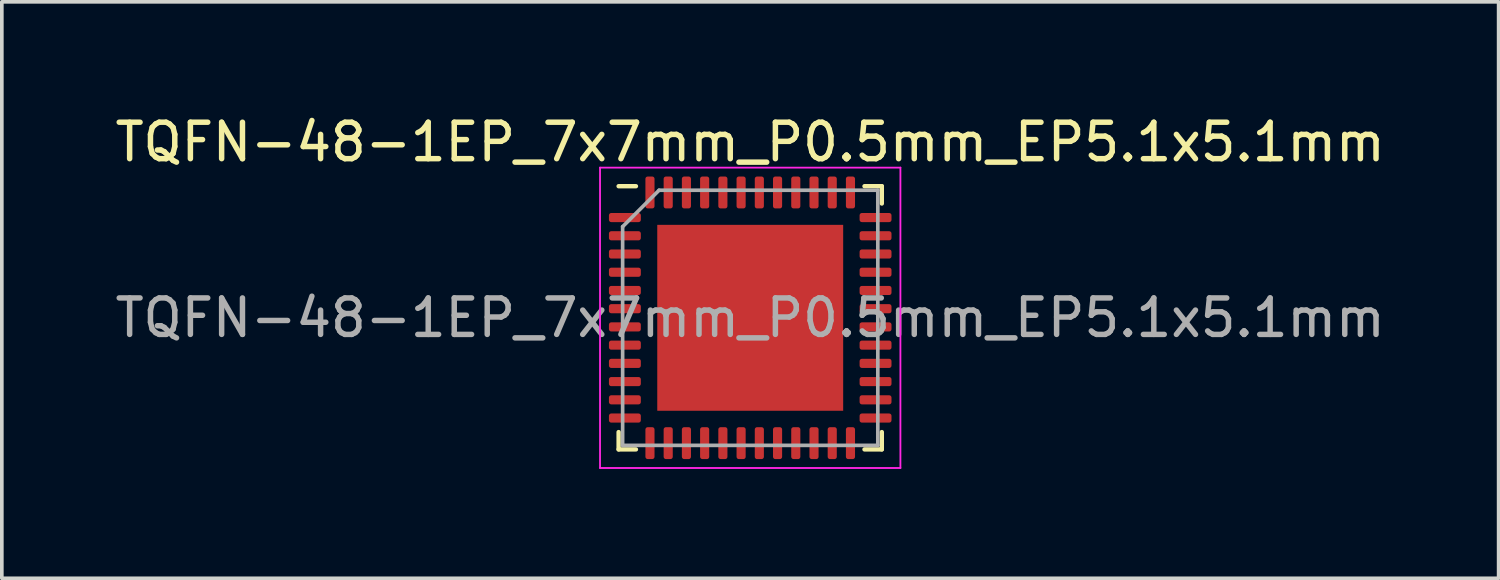
<source format=kicad_pcb>
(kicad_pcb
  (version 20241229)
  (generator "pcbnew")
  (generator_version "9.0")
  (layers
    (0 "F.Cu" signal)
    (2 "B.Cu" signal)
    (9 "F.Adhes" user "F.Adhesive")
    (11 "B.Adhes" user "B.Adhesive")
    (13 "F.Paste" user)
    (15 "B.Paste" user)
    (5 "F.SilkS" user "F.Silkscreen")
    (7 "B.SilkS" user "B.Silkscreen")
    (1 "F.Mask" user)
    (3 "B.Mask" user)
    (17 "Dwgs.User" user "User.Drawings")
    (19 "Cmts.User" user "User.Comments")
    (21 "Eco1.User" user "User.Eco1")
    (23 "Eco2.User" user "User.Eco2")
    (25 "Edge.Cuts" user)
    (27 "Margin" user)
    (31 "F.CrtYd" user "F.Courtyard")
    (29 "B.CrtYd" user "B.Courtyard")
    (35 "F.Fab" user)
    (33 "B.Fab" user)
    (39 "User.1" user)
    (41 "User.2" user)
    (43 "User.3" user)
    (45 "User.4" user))
  (footprint "TQFN-48-1EP_7x7mm_P0.5mm_EP5.1x5.1mm"
    (layer "F.Cu")
    (at 17.53 5.668)
    (property "Reference" "TQFN-48-1EP_7x7mm_P0.5mm_EP5.1x5.1mm" (at 0 -4.82 0) (layer "F.SilkS") (effects (font (size 1 1) (thickness 0.15))))
    (attr smd)
    (fp_line (start -3.61 3.61) (end -3.61 3.135) (stroke (width 0.12) (type solid)) (layer "F.SilkS"))
    (fp_line (start -3.135 -3.61) (end -3.61 -3.61) (stroke (width 0.12) (type solid)) (layer "F.SilkS"))
    (fp_line (start -3.135 3.61) (end -3.61 3.61) (stroke (width 0.12) (type solid)) (layer "F.SilkS"))
    (fp_line (start 3.135 -3.61) (end 3.61 -3.61) (stroke (width 0.12) (type solid)) (layer "F.SilkS"))
    (fp_line (start 3.135 3.61) (end 3.61 3.61) (stroke (width 0.12) (type solid)) (layer "F.SilkS"))
    (fp_line (start 3.61 -3.61) (end 3.61 -3.135) (stroke (width 0.12) (type solid)) (layer "F.SilkS"))
    (fp_line (start 3.61 3.61) (end 3.61 3.135) (stroke (width 0.12) (type solid)) (layer "F.SilkS"))
    (fp_line (start -4.12 -4.12) (end -4.12 4.12) (stroke (width 0.05) (type solid)) (layer "F.CrtYd"))
    (fp_line (start -4.12 4.12) (end 4.12 4.12) (stroke (width 0.05) (type solid)) (layer "F.CrtYd"))
    (fp_line (start 4.12 -4.12) (end -4.12 -4.12) (stroke (width 0.05) (type solid)) (layer "F.CrtYd"))
    (fp_line (start 4.12 4.12) (end 4.12 -4.12) (stroke (width 0.05) (type solid)) (layer "F.CrtYd"))
    (fp_line (start -3.5 -2.5) (end -2.5 -3.5) (stroke (width 0.1) (type solid)) (layer "F.Fab"))
    (fp_line (start -3.5 3.5) (end -3.5 -2.5) (stroke (width 0.1) (type solid)) (layer "F.Fab"))
    (fp_line (start -2.5 -3.5) (end 3.5 -3.5) (stroke (width 0.1) (type solid)) (layer "F.Fab"))
    (fp_line (start 3.5 -3.5) (end 3.5 3.5) (stroke (width 0.1) (type solid)) (layer "F.Fab"))
    (fp_line (start 3.5 3.5) (end -3.5 3.5) (stroke (width 0.1) (type solid)) (layer "F.Fab"))
    (fp_text user "${REFERENCE}" (at 0 0 0) (layer "F.Fab") (effects (font (size 1 1) (thickness 0.15))))
    (pad "" smd roundrect (at -1.7 -1.7) (size 1.37 1.37) (layers "F.Paste") (roundrect_rratio 0.182))
    (pad "" smd roundrect (at -1.7 0) (size 1.37 1.37) (layers "F.Paste") (roundrect_rratio 0.182))
    (pad "" smd roundrect (at -1.7 1.7) (size 1.37 1.37) (layers "F.Paste") (roundrect_rratio 0.182))
    (pad "" smd roundrect (at 0 -1.7) (size 1.37 1.37) (layers "F.Paste") (roundrect_rratio 0.182))
    (pad "" smd roundrect (at 0 0) (size 1.37 1.37) (layers "F.Paste") (roundrect_rratio 0.182))
    (pad "" smd roundrect (at 0 1.7) (size 1.37 1.37) (layers "F.Paste") (roundrect_rratio 0.182))
    (pad "" smd roundrect (at 1.7 -1.7) (size 1.37 1.37) (layers "F.Paste") (roundrect_rratio 0.182))
    (pad "" smd roundrect (at 1.7 0) (size 1.37 1.37) (layers "F.Paste") (roundrect_rratio 0.182))
    (pad "" smd roundrect (at 1.7 1.7) (size 1.37 1.37) (layers "F.Paste") (roundrect_rratio 0.182))
    (pad "1" smd roundrect (at -3.438 -2.75) (size 0.875 0.25) (layers "F.Cu" "F.Mask" "F.Paste") (roundrect_rratio 0.25))
    (pad "2" smd roundrect (at -3.438 -2.25) (size 0.875 0.25) (layers "F.Cu" "F.Mask" "F.Paste") (roundrect_rratio 0.25))
    (pad "3" smd roundrect (at -3.438 -1.75) (size 0.875 0.25) (layers "F.Cu" "F.Mask" "F.Paste") (roundrect_rratio 0.25))
    (pad "4" smd roundrect (at -3.438 -1.25) (size 0.875 0.25) (layers "F.Cu" "F.Mask" "F.Paste") (roundrect_rratio 0.25))
    (pad "5" smd roundrect (at -3.438 -0.75) (size 0.875 0.25) (layers "F.Cu" "F.Mask" "F.Paste") (roundrect_rratio 0.25))
    (pad "6" smd roundrect (at -3.438 -0.25) (size 0.875 0.25) (layers "F.Cu" "F.Mask" "F.Paste") (roundrect_rratio 0.25))
    (pad "7" smd roundrect (at -3.438 0.25) (size 0.875 0.25) (layers "F.Cu" "F.Mask" "F.Paste") (roundrect_rratio 0.25))
    (pad "8" smd roundrect (at -3.438 0.75) (size 0.875 0.25) (layers "F.Cu" "F.Mask" "F.Paste") (roundrect_rratio 0.25))
    (pad "9" smd roundrect (at -3.438 1.25) (size 0.875 0.25) (layers "F.Cu" "F.Mask" "F.Paste") (roundrect_rratio 0.25))
    (pad "10" smd roundrect (at -3.438 1.75) (size 0.875 0.25) (layers "F.Cu" "F.Mask" "F.Paste") (roundrect_rratio 0.25))
    (pad "11" smd roundrect (at -3.438 2.25) (size 0.875 0.25) (layers "F.Cu" "F.Mask" "F.Paste") (roundrect_rratio 0.25))
    (pad "12" smd roundrect (at -3.438 2.75) (size 0.875 0.25) (layers "F.Cu" "F.Mask" "F.Paste") (roundrect_rratio 0.25))
    (pad "13" smd roundrect (at -2.75 3.438) (size 0.25 0.875) (layers "F.Cu" "F.Mask" "F.Paste") (roundrect_rratio 0.25))
    (pad "14" smd roundrect (at -2.25 3.438) (size 0.25 0.875) (layers "F.Cu" "F.Mask" "F.Paste") (roundrect_rratio 0.25))
    (pad "15" smd roundrect (at -1.75 3.438) (size 0.25 0.875) (layers "F.Cu" "F.Mask" "F.Paste") (roundrect_rratio 0.25))
    (pad "16" smd roundrect (at -1.25 3.438) (size 0.25 0.875) (layers "F.Cu" "F.Mask" "F.Paste") (roundrect_rratio 0.25))
    (pad "17" smd roundrect (at -0.75 3.438) (size 0.25 0.875) (layers "F.Cu" "F.Mask" "F.Paste") (roundrect_rratio 0.25))
    (pad "18" smd roundrect (at -0.25 3.438) (size 0.25 0.875) (layers "F.Cu" "F.Mask" "F.Paste") (roundrect_rratio 0.25))
    (pad "19" smd roundrect (at 0.25 3.438) (size 0.25 0.875) (layers "F.Cu" "F.Mask" "F.Paste") (roundrect_rratio 0.25))
    (pad "20" smd roundrect (at 0.75 3.438) (size 0.25 0.875) (layers "F.Cu" "F.Mask" "F.Paste") (roundrect_rratio 0.25))
    (pad "21" smd roundrect (at 1.25 3.438) (size 0.25 0.875) (layers "F.Cu" "F.Mask" "F.Paste") (roundrect_rratio 0.25))
    (pad "22" smd roundrect (at 1.75 3.438) (size 0.25 0.875) (layers "F.Cu" "F.Mask" "F.Paste") (roundrect_rratio 0.25))
    (pad "23" smd roundrect (at 2.25 3.438) (size 0.25 0.875) (layers "F.Cu" "F.Mask" "F.Paste") (roundrect_rratio 0.25))
    (pad "24" smd roundrect (at 2.75 3.438) (size 0.25 0.875) (layers "F.Cu" "F.Mask" "F.Paste") (roundrect_rratio 0.25))
    (pad "25" smd roundrect (at 3.438 2.75) (size 0.875 0.25) (layers "F.Cu" "F.Mask" "F.Paste") (roundrect_rratio 0.25))
    (pad "26" smd roundrect (at 3.438 2.25) (size 0.875 0.25) (layers "F.Cu" "F.Mask" "F.Paste") (roundrect_rratio 0.25))
    (pad "27" smd roundrect (at 3.438 1.75) (size 0.875 0.25) (layers "F.Cu" "F.Mask" "F.Paste") (roundrect_rratio 0.25))
    (pad "28" smd roundrect (at 3.438 1.25) (size 0.875 0.25) (layers "F.Cu" "F.Mask" "F.Paste") (roundrect_rratio 0.25))
    (pad "29" smd roundrect (at 3.438 0.75) (size 0.875 0.25) (layers "F.Cu" "F.Mask" "F.Paste") (roundrect_rratio 0.25))
    (pad "30" smd roundrect (at 3.438 0.25) (size 0.875 0.25) (layers "F.Cu" "F.Mask" "F.Paste") (roundrect_rratio 0.25))
    (pad "31" smd roundrect (at 3.438 -0.25) (size 0.875 0.25) (layers "F.Cu" "F.Mask" "F.Paste") (roundrect_rratio 0.25))
    (pad "32" smd roundrect (at 3.438 -0.75) (size 0.875 0.25) (layers "F.Cu" "F.Mask" "F.Paste") (roundrect_rratio 0.25))
    (pad "33" smd roundrect (at 3.438 -1.25) (size 0.875 0.25) (layers "F.Cu" "F.Mask" "F.Paste") (roundrect_rratio 0.25))
    (pad "34" smd roundrect (at 3.438 -1.75) (size 0.875 0.25) (layers "F.Cu" "F.Mask" "F.Paste") (roundrect_rratio 0.25))
    (pad "35" smd roundrect (at 3.438 -2.25) (size 0.875 0.25) (layers "F.Cu" "F.Mask" "F.Paste") (roundrect_rratio 0.25))
    (pad "36" smd roundrect (at 3.438 -2.75) (size 0.875 0.25) (layers "F.Cu" "F.Mask" "F.Paste") (roundrect_rratio 0.25))
    (pad "37" smd roundrect (at 2.75 -3.438) (size 0.25 0.875) (layers "F.Cu" "F.Mask" "F.Paste") (roundrect_rratio 0.25))
    (pad "38" smd roundrect (at 2.25 -3.438) (size 0.25 0.875) (layers "F.Cu" "F.Mask" "F.Paste") (roundrect_rratio 0.25))
    (pad "39" smd roundrect (at 1.75 -3.438) (size 0.25 0.875) (layers "F.Cu" "F.Mask" "F.Paste") (roundrect_rratio 0.25))
    (pad "40" smd roundrect (at 1.25 -3.438) (size 0.25 0.875) (layers "F.Cu" "F.Mask" "F.Paste") (roundrect_rratio 0.25))
    (pad "41" smd roundrect (at 0.75 -3.438) (size 0.25 0.875) (layers "F.Cu" "F.Mask" "F.Paste") (roundrect_rratio 0.25))
    (pad "42" smd roundrect (at 0.25 -3.438) (size 0.25 0.875) (layers "F.Cu" "F.Mask" "F.Paste") (roundrect_rratio 0.25))
    (pad "43" smd roundrect (at -0.25 -3.438) (size 0.25 0.875) (layers "F.Cu" "F.Mask" "F.Paste") (roundrect_rratio 0.25))
    (pad "44" smd roundrect (at -0.75 -3.438) (size 0.25 0.875) (layers "F.Cu" "F.Mask" "F.Paste") (roundrect_rratio 0.25))
    (pad "45" smd roundrect (at -1.25 -3.438) (size 0.25 0.875) (layers "F.Cu" "F.Mask" "F.Paste") (roundrect_rratio 0.25))
    (pad "46" smd roundrect (at -1.75 -3.438) (size 0.25 0.875) (layers "F.Cu" "F.Mask" "F.Paste") (roundrect_rratio 0.25))
    (pad "47" smd roundrect (at -2.25 -3.438) (size 0.25 0.875) (layers "F.Cu" "F.Mask" "F.Paste") (roundrect_rratio 0.25))
    (pad "48" smd roundrect (at -2.75 -3.438) (size 0.25 0.875) (layers "F.Cu" "F.Mask" "F.Paste") (roundrect_rratio 0.25))
    (pad "49" smd rect (at 0 0) (size 5.1 5.1) (layers "F.Cu" "F.Mask")))
  (gr_rect
    (start -3 -3)
    (end 38.06 12.813)
    (stroke (width 0.1) (type default))
    (fill no)
    (layer "Edge.Cuts")))
</source>
